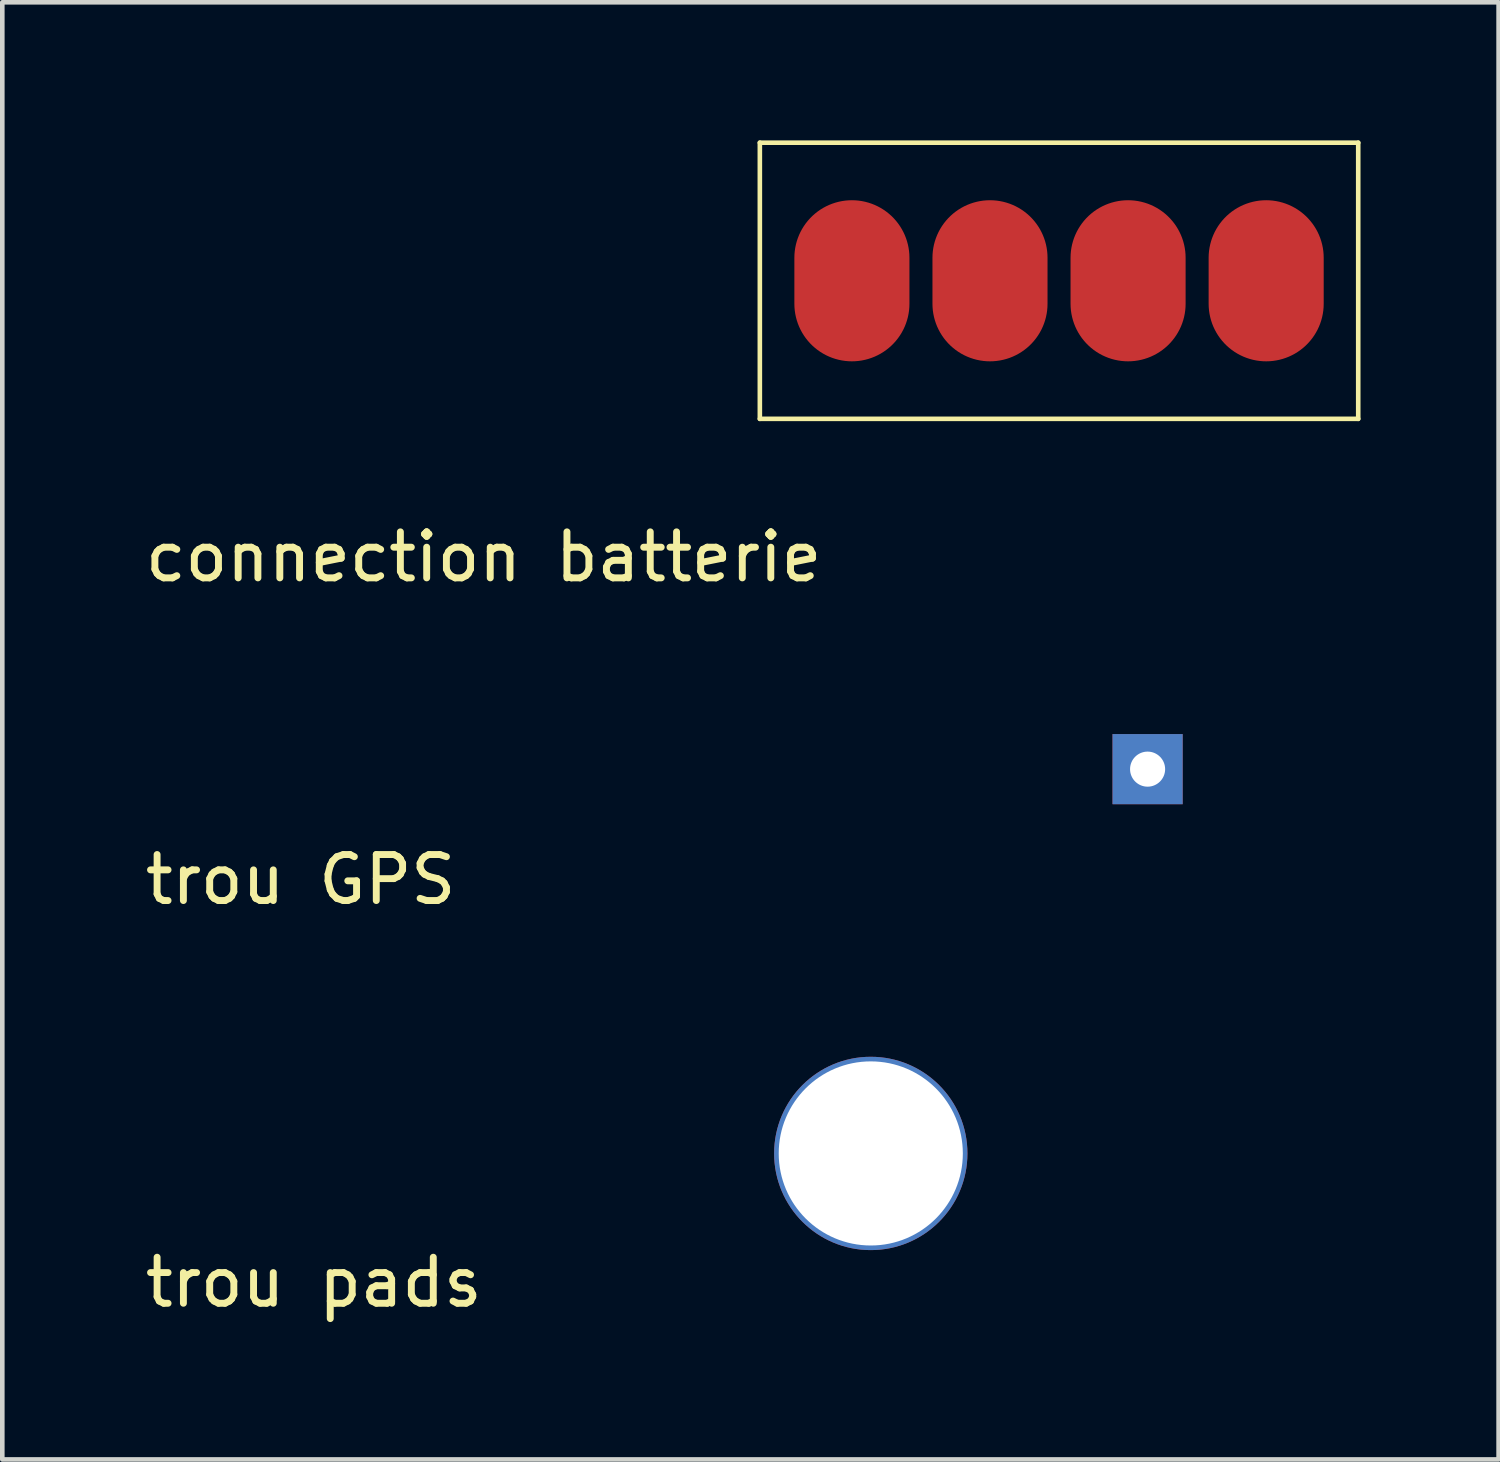
<source format=kicad_pcb>
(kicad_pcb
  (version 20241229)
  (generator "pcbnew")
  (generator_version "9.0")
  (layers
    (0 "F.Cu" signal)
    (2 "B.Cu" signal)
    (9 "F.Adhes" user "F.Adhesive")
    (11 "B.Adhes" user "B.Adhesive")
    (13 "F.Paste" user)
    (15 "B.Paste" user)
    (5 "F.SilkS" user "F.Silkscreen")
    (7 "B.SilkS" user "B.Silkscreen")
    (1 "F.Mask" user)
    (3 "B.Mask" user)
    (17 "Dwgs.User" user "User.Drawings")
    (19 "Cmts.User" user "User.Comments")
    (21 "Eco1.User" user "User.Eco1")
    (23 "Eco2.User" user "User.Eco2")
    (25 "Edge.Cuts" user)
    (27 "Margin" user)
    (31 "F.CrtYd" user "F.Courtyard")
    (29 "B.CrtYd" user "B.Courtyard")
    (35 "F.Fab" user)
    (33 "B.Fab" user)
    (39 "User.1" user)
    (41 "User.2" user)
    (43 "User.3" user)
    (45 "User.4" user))
  (footprint "trou pads"
    (layer "F.Cu")
    (at 15.868 22.009)
    (property "Reference" "trou pads" (at -12.1 2.8 0) (layer "F.SilkS") (effects (font (size 1 1) (thickness 0.15))))
    (attr through_hole)
    (pad "" np_thru_hole circle (at 0 0) (size 4.2 4.2) (drill 4) (layers "*.Cu" "*.Mask")))
  (footprint "trou GPS"
    (layer "F.Cu")
    (at 21.082 14.46)
    (property "Reference" "trou GPS" (at -17.6 1.6 0) (layer "F.SilkS") (effects (font (size 1 1) (thickness 0.15))))
    (attr through_hole)
    (pad "" np_thru_hole custom (at 0.8 -0.8) (size 1.524 1.524) (drill 0.762) (layers "*.Cu" "*.Mask") (options (anchor rect)) (primitives)))
  (footprint "connection batterie"
    (layer "F.Cu")
    (at 13.458 6.05)
    (property "Reference" "connection batterie" (at -6 3 0) (layer "F.SilkS") (effects (font (size 1 1) (thickness 0.15))))
    (attr through_hole)
    (fp_line (start 0 -6) (end 0 0) (stroke (width 0.1) (type solid)) (layer "F.SilkS"))
    (fp_line (start 0 0) (end 13 0) (stroke (width 0.1) (type solid)) (layer "F.SilkS"))
    (fp_line (start 13 -6) (end 0 -6) (stroke (width 0.1) (type solid)) (layer "F.SilkS"))
    (fp_line (start 13 0) (end 13 -6) (stroke (width 0.1) (type solid)) (layer "F.SilkS"))
    (pad "1" smd oval (at 2 -3) (size 2.5 3.5) (layers "F.Cu" "F.Mask" "F.Paste"))
    (pad "2" smd oval (at 5 -3) (size 2.5 3.5) (layers "F.Cu" "F.Mask" "F.Paste"))
    (pad "3" smd oval (at 8 -3) (size 2.5 3.5) (layers "F.Cu" "F.Mask" "F.Paste"))
    (pad "4" smd oval (at 11 -3) (size 2.5 3.5) (layers "F.Cu" "F.Mask" "F.Paste")))
  (gr_rect
    (start -3 -3)
    (end 29.508 28.657)
    (stroke (width 0.1) (type default))
    (fill no)
    (layer "Edge.Cuts")))
</source>
